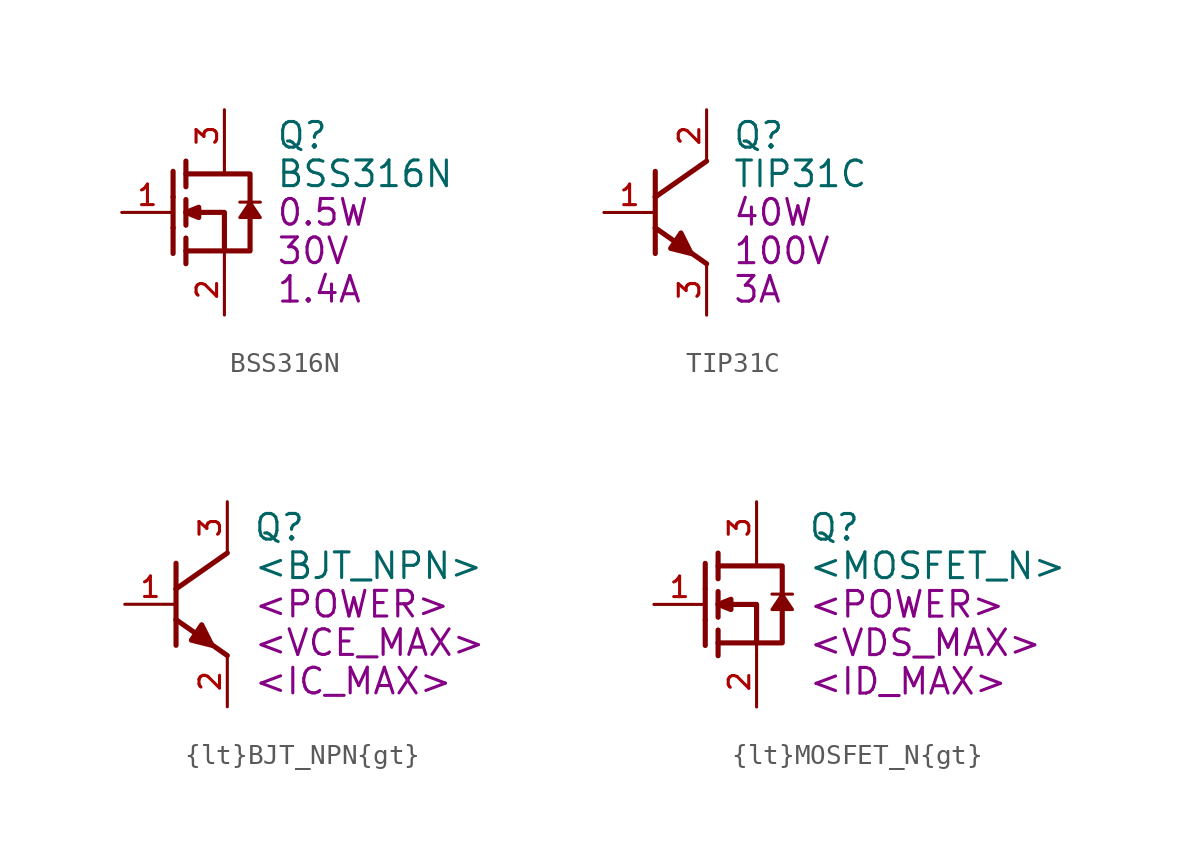
<source format=kicad_sym>
(kicad_symbol_lib
  (version 20231120)
  (generator "kicad_symbol_editor")
  (generator_version "8.0")
  (symbol "BSS316N"
    (pin_names
      (offset 1.016))
    (property "Reference" "Q"
      (at 2.54 3.81 0)
      (effects (font (size 1.27 1.27)) (justify left)))
    (property "Value" "BSS316N"
      (at 2.54 1.905 0)
      (effects (font (size 1.27 1.27)) (justify left)))
    (property "VDS_MAX" "30V"
      (at 2.54 -1.905 0)
      (effects (font (size 1.27 1.27)) (justify left)))
    (property "ID_MAX" "1.4A"
      (at 2.54 -3.81 0)
      (effects (font (size 1.27 1.27)) (justify left)))
    (property "POWER" "0.5W"
      (at 2.54 0 0)
      (effects (font (size 1.27 1.27)) (justify left)))
    (symbol "BSS316N_0_0"
      (polyline (pts (xy -2.54 -0.762) (xy -2.54 -2.032)) (stroke (width 0.254) (type default)) (fill (type none)))
      (polyline (pts (xy -2.54 0.762) (xy -2.54 -0.762)) (stroke (width 0.254) (type default)) (fill (type none)))
      (polyline (pts (xy -2.54 2.032) (xy -2.54 0.762)) (stroke (width 0.254) (type default)) (fill (type none)))
      (pin input line (at -5.08 0 0) (length 2.54) (name "~" (effects (font (size 1.016 1.016)))) (number "1" (effects (font (size 1.016 1.016)))))
      (pin output line (at 0 -5.08 90) (length 2.54) (name "~" (effects (font (size 1.016 1.016)))) (number "2" (effects (font (size 1.016 1.016)))))
      (pin input line (at 0 5.08 270) (length 2.54) (name "~" (effects (font (size 1.016 1.016)))) (number "3" (effects (font (size 1.016 1.016))))))
    (symbol "BSS316N_0_1"
      (polyline (pts (xy -1.905 -1.27) (xy -1.905 -2.54)) (stroke (width 0.254) (type default)) (fill (type none)))
      (polyline (pts (xy -1.905 0.635) (xy -1.905 -0.635)) (stroke (width 0.254) (type default)) (fill (type none)))
      (polyline (pts (xy -1.905 2.54) (xy -1.905 1.27)) (stroke (width 0.254) (type default)) (fill (type none)))
      (polyline (pts (xy -1.905 0) (xy 0 0) (xy 0 -1.905)) (stroke (width 0.254) (type default)) (fill (type none))))
    (symbol "BSS316N_1_1"
      (polyline (pts (xy 0 -1.905) (xy 0 -2.54)) (stroke (width 0) (type default)) (fill (type none)))
      (polyline (pts (xy 0 1.905) (xy 0 2.54)) (stroke (width 0) (type default)) (fill (type none)))
      (polyline (pts (xy 0.762 0.508) (xy 1.778 0.508)) (stroke (width 0) (type default)) (fill (type none)))
      (polyline (pts (xy -1.905 0) (xy -1.27 0.254) (xy -1.27 -0.254) (xy -1.905 0)) (stroke (width 0.254) (type default)) (fill (type outline)))
      (polyline (pts (xy -1.905 1.905) (xy 1.27 1.905) (xy 1.27 -1.905) (xy -1.905 -1.905)) (stroke (width 0.254) (type default)) (fill (type none)))
      (polyline (pts (xy 1.27 0.508) (xy 0.762 -0.254) (xy 1.778 -0.254) (xy 1.27 0.508)) (stroke (width 0) (type default)) (fill (type outline)))))
  (symbol "TIP31C"
    (pin_names
      (offset 1.016))
    (property "Reference" "Q"
      (at 3.81 3.81 0)
      (effects (font (size 1.27 1.27)) (justify left)))
    (property "Value" "TIP31C"
      (at 3.81 1.905 0)
      (effects (font (size 1.27 1.27)) (justify left)))
    (property "VCE_MAX" "100V"
      (at 3.81 -1.905 0)
      (effects (font (size 1.27 1.27)) (justify left)))
    (property "IC_MAX" "3A"
      (at 3.81 -3.81 0)
      (effects (font (size 1.27 1.27)) (justify left)))
    (property "POWER" "40W"
      (at 3.81 0 0)
      (effects (font (size 1.27 1.27)) (justify left)))
    (symbol "TIP31C_0_0"
      (polyline (pts (xy 0 -0.762) (xy 0 -2.032)) (stroke (width 0.254) (type default)) (fill (type none)))
      (polyline (pts (xy 0 -0.762) (xy 2.54 -2.54)) (stroke (width 0.254) (type default)) (fill (type none)))
      (polyline (pts (xy 0 0.762) (xy 0 -0.762)) (stroke (width 0.254) (type default)) (fill (type none)))
      (polyline (pts (xy 0 2.032) (xy 0 0.762)) (stroke (width 0.254) (type default)) (fill (type none)))
      (polyline (pts (xy 2.54 2.54) (xy 0 0.762)) (stroke (width 0.254) (type default)) (fill (type none)))
      (pin input line (at -2.54 0 0) (length 2.54) (name "~" (effects (font (size 1.016 1.016)))) (number "1" (effects (font (size 1.016 1.016)))))
      (pin input line (at 2.54 5.08 270) (length 2.54) (name "~" (effects (font (size 1.016 1.016)))) (number "2" (effects (font (size 1.016 1.016)))))
      (pin output line (at 2.54 -5.08 90) (length 2.54) (name "~" (effects (font (size 1.016 1.016)))) (number "3" (effects (font (size 1.016 1.016))))))
    (symbol "TIP31C_1_1"
      (polyline (pts (xy 1.778 -2.032) (xy 1.27 -1.016) (xy 0.762 -1.778) (xy 1.778 -2.032)) (stroke (width 0.254) (type solid)) (fill (type outline)))))
  (symbol "{lt}BJT_NPN{gt}"
    (pin_names
      (offset 1.016))
    (property "Reference" "Q"
      (at 3.81 3.81 0)
      (effects (font (size 1.27 1.27)) (justify left)))
    (property "Value" "<BJT_NPN>"
      (at 3.81 1.905 0)
      (effects (font (size 1.27 1.27)) (justify left)))
    (property "VCE_MAX" "<VCE_MAX>"
      (at 3.81 -1.905 0)
      (effects (font (size 1.27 1.27)) (justify left)))
    (property "IC_MAX" "<IC_MAX>"
      (at 3.81 -3.81 0)
      (effects (font (size 1.27 1.27)) (justify left)))
    (property "POWER" "<POWER>"
      (at 3.81 0 0)
      (effects (font (size 1.27 1.27)) (justify left)))
    (symbol "{lt}BJT_NPN{gt}_0_0"
      (polyline (pts (xy 0 -0.762) (xy 0 -2.032)) (stroke (width 0.254) (type default)) (fill (type none)))
      (polyline (pts (xy 0 -0.762) (xy 2.54 -2.54)) (stroke (width 0.254) (type default)) (fill (type none)))
      (polyline (pts (xy 0 0.762) (xy 0 -0.762)) (stroke (width 0.254) (type default)) (fill (type none)))
      (polyline (pts (xy 0 2.032) (xy 0 0.762)) (stroke (width 0.254) (type default)) (fill (type none)))
      (polyline (pts (xy 2.54 2.54) (xy 0 0.762)) (stroke (width 0.254) (type default)) (fill (type none)))
      (pin input line (at -2.54 0 0) (length 2.54) (name "~" (effects (font (size 1.016 1.016)))) (number "1" (effects (font (size 1.016 1.016)))))
      (pin output line (at 2.54 -5.08 90) (length 2.54) (name "~" (effects (font (size 1.016 1.016)))) (number "2" (effects (font (size 1.016 1.016)))))
      (pin input line (at 2.54 5.08 270) (length 2.54) (name "~" (effects (font (size 1.016 1.016)))) (number "3" (effects (font (size 1.016 1.016))))))
    (symbol "{lt}BJT_NPN{gt}_1_1"
      (polyline (pts (xy 1.778 -2.032) (xy 1.27 -1.016) (xy 0.762 -1.778) (xy 1.778 -2.032)) (stroke (width 0.254) (type solid)) (fill (type outline)))))
  (symbol "{lt}MOSFET_N{gt}"
    (pin_names
      (offset 1.016))
    (property "Reference" "Q"
      (at 2.54 3.81 0)
      (effects (font (size 1.27 1.27)) (justify left)))
    (property "Value" "<MOSFET_N>"
      (at 2.54 1.905 0)
      (effects (font (size 1.27 1.27)) (justify left)))
    (property "VDS_MAX" "<VDS_MAX>"
      (at 2.54 -1.905 0)
      (effects (font (size 1.27 1.27)) (justify left)))
    (property "ID_MAX" "<ID_MAX>"
      (at 2.54 -3.81 0)
      (effects (font (size 1.27 1.27)) (justify left)))
    (property "POWER" "<POWER>"
      (at 2.54 0 0)
      (effects (font (size 1.27 1.27)) (justify left)))
    (symbol "{lt}MOSFET_N{gt}_0_0"
      (polyline (pts (xy -2.54 -0.762) (xy -2.54 -2.032)) (stroke (width 0.254) (type default)) (fill (type none)))
      (polyline (pts (xy -2.54 0.762) (xy -2.54 -0.762)) (stroke (width 0.254) (type default)) (fill (type none)))
      (polyline (pts (xy -2.54 2.032) (xy -2.54 0.762)) (stroke (width 0.254) (type default)) (fill (type none)))
      (pin input line (at -5.08 0 0) (length 2.54) (name "~" (effects (font (size 1.016 1.016)))) (number "1" (effects (font (size 1.016 1.016)))))
      (pin output line (at 0 -5.08 90) (length 2.54) (name "~" (effects (font (size 1.016 1.016)))) (number "2" (effects (font (size 1.016 1.016)))))
      (pin input line (at 0 5.08 270) (length 2.54) (name "~" (effects (font (size 1.016 1.016)))) (number "3" (effects (font (size 1.016 1.016))))))
    (symbol "{lt}MOSFET_N{gt}_0_1"
      (polyline (pts (xy -1.905 -1.27) (xy -1.905 -2.54)) (stroke (width 0.254) (type default)) (fill (type none)))
      (polyline (pts (xy -1.905 0.635) (xy -1.905 -0.635)) (stroke (width 0.254) (type default)) (fill (type none)))
      (polyline (pts (xy -1.905 2.54) (xy -1.905 1.27)) (stroke (width 0.254) (type default)) (fill (type none)))
      (polyline (pts (xy -1.905 0) (xy 0 0) (xy 0 -1.905)) (stroke (width 0.254) (type default)) (fill (type none))))
    (symbol "{lt}MOSFET_N{gt}_1_1"
      (polyline (pts (xy 0 -1.905) (xy 0 -2.54)) (stroke (width 0) (type default)) (fill (type none)))
      (polyline (pts (xy 0 1.905) (xy 0 2.54)) (stroke (width 0) (type default)) (fill (type none)))
      (polyline (pts (xy 0.762 0.508) (xy 1.778 0.508)) (stroke (width 0) (type default)) (fill (type none)))
      (polyline (pts (xy -1.905 0) (xy -1.27 0.254) (xy -1.27 -0.254) (xy -1.905 0)) (stroke (width 0.254) (type default)) (fill (type outline)))
      (polyline (pts (xy -1.905 1.905) (xy 1.27 1.905) (xy 1.27 -1.905) (xy -1.905 -1.905)) (stroke (width 0.254) (type default)) (fill (type none)))
      (polyline (pts (xy 1.27 0.508) (xy 0.762 -0.254) (xy 1.778 -0.254) (xy 1.27 0.508)) (stroke (width 0) (type default)) (fill (type outline))))))
</source>
